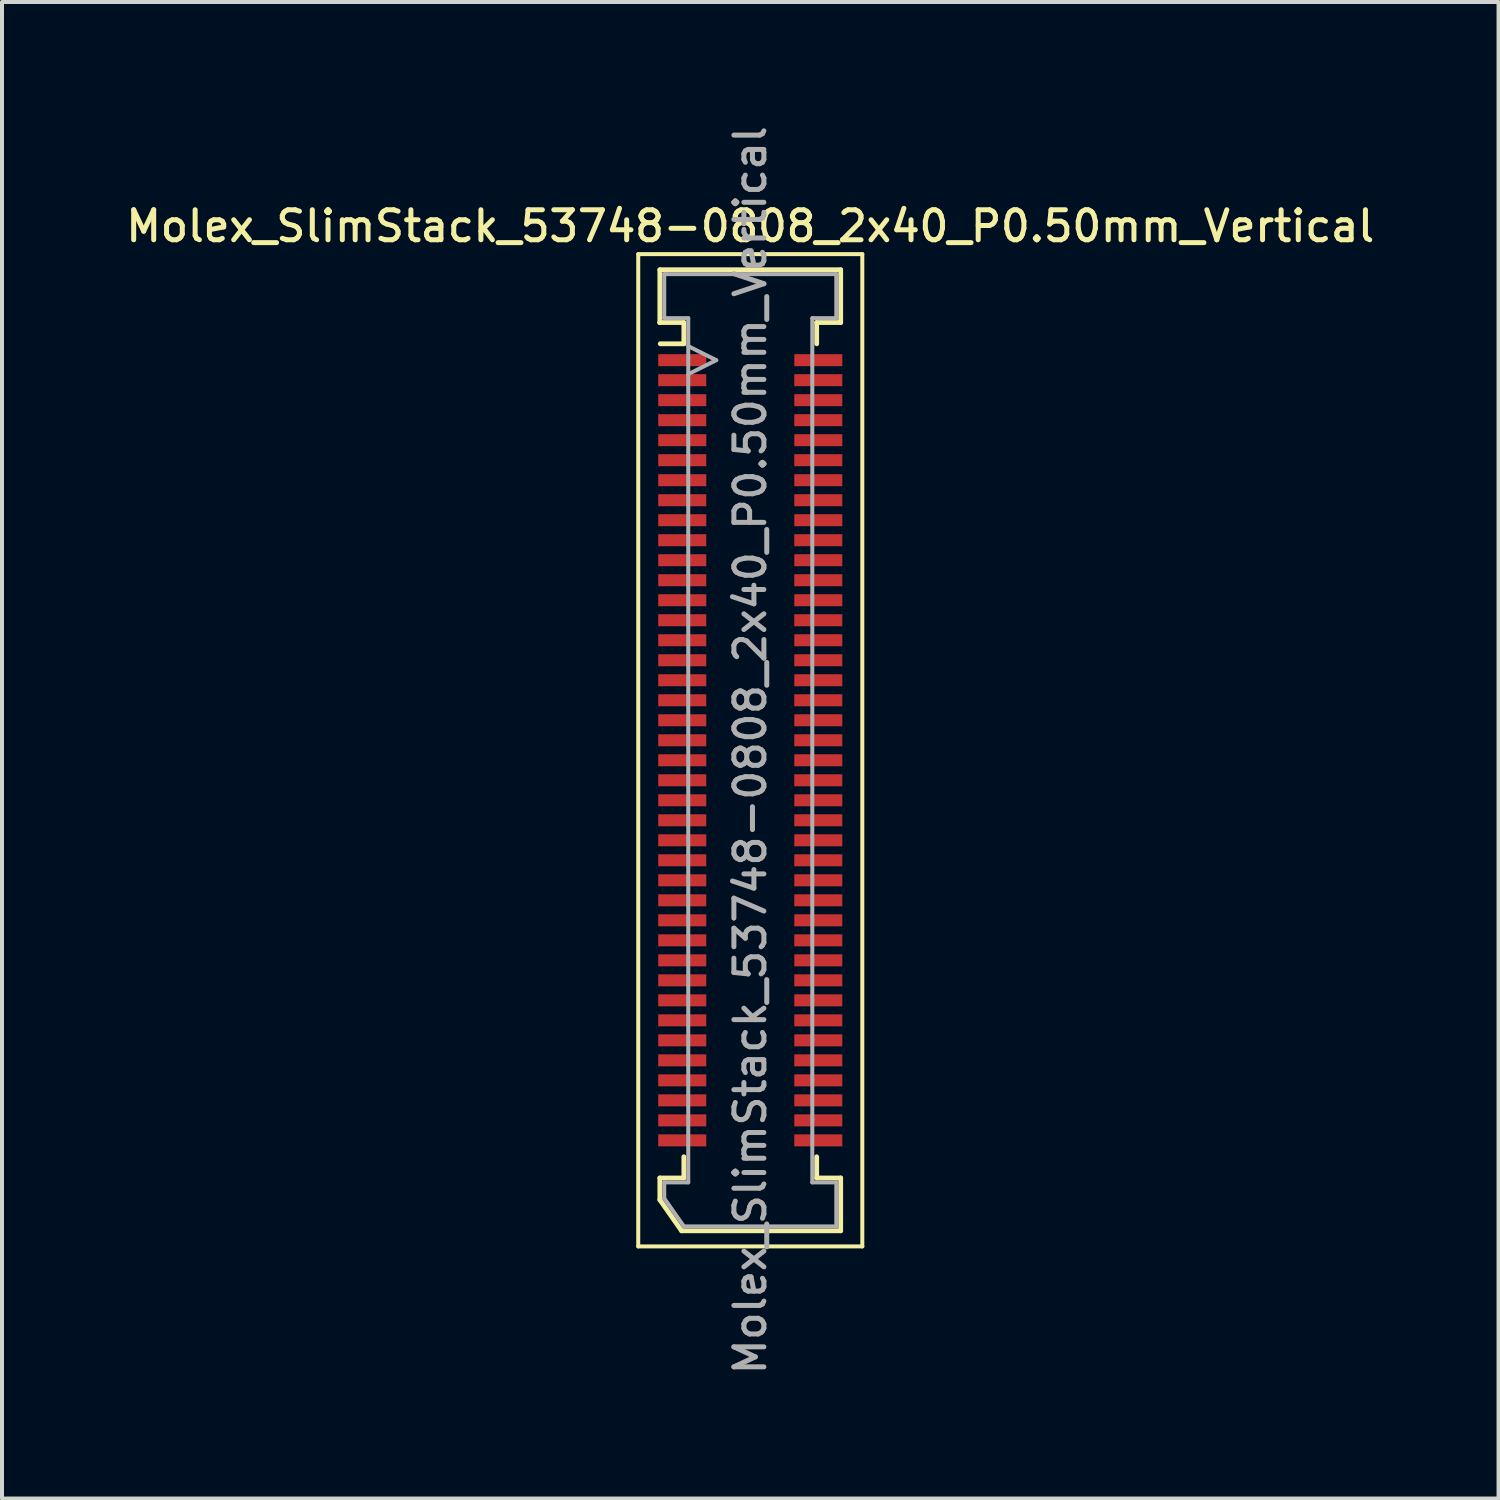
<source format=kicad_pcb>
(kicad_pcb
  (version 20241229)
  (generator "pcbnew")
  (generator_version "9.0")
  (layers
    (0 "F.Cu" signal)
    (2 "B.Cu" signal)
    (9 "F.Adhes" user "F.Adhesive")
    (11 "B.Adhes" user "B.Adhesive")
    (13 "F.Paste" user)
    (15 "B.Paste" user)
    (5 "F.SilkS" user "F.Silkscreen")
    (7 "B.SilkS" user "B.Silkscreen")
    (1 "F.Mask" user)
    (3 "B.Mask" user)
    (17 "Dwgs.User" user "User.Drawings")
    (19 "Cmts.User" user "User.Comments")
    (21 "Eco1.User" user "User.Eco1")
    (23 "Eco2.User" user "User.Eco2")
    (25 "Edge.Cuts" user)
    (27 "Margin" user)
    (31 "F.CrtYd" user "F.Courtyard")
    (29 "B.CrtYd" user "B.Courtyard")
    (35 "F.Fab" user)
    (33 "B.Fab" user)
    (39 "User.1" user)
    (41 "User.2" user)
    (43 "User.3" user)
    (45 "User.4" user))
  (footprint "Molex_SlimStack_53748-0808_2x40_P0.50mm_Vertical"
    (layer "F.Cu")
    (at 15.702 15.702)
    (property "Reference" "Molex_SlimStack_53748-0808_2x40_P0.50mm_Vertical" (at 0 -13.1 0) (layer "F.SilkS") (effects (font (size 0.75 0.75) (thickness 0.125))))
    (attr smd)
    (fp_line (start -2.8 -12.4) (end -2.8 12.4) (stroke (width 0.1) (type solid)) (layer "F.SilkS"))
    (fp_line (start -2.8 12.4) (end 2.8 12.4) (stroke (width 0.1) (type solid)) (layer "F.SilkS"))
    (fp_line (start -2.26 -12.01) (end -2.26 -10.69) (stroke (width 0.12) (type solid)) (layer "F.SilkS"))
    (fp_line (start -2.26 -10.69) (end -2.26 -10.69) (stroke (width 0.12) (type solid)) (layer "F.SilkS"))
    (fp_line (start -2.26 -10.69) (end -1.66 -10.69) (stroke (width 0.12) (type solid)) (layer "F.SilkS"))
    (fp_line (start -2.26 10.69) (end -1.66 10.69) (stroke (width 0.12) (type solid)) (layer "F.SilkS"))
    (fp_line (start -2.26 11.235) (end -2.26 10.69) (stroke (width 0.12) (type solid)) (layer "F.SilkS"))
    (fp_line (start -1.717 12.01) (end -2.26 11.235) (stroke (width 0.12) (type solid)) (layer "F.SilkS"))
    (fp_line (start -1.66 -10.69) (end -1.66 -10.16) (stroke (width 0.12) (type solid)) (layer "F.SilkS"))
    (fp_line (start -1.66 -10.16) (end -2.25 -10.16) (stroke (width 0.12) (type solid)) (layer "F.SilkS"))
    (fp_line (start -1.66 10.69) (end -1.66 10.16) (stroke (width 0.12) (type solid)) (layer "F.SilkS"))
    (fp_line (start 1.66 -10.69) (end 2.26 -10.69) (stroke (width 0.12) (type solid)) (layer "F.SilkS"))
    (fp_line (start 1.66 -10.16) (end 1.66 -10.69) (stroke (width 0.12) (type solid)) (layer "F.SilkS"))
    (fp_line (start 1.66 10.16) (end 1.66 10.69) (stroke (width 0.12) (type solid)) (layer "F.SilkS"))
    (fp_line (start 1.66 10.69) (end 2.26 10.69) (stroke (width 0.12) (type solid)) (layer "F.SilkS"))
    (fp_line (start 2.26 -12.01) (end -2.26 -12.01) (stroke (width 0.12) (type solid)) (layer "F.SilkS"))
    (fp_line (start 2.26 -10.69) (end 2.26 -12.01) (stroke (width 0.12) (type solid)) (layer "F.SilkS"))
    (fp_line (start 2.26 10.69) (end 2.26 12.01) (stroke (width 0.12) (type solid)) (layer "F.SilkS"))
    (fp_line (start 2.26 12.01) (end -1.717 12.01) (stroke (width 0.12) (type solid)) (layer "F.SilkS"))
    (fp_line (start 2.8 -12.4) (end -2.8 -12.4) (stroke (width 0.1) (type solid)) (layer "F.SilkS"))
    (fp_line (start 2.8 12.4) (end 2.8 -12.4) (stroke (width 0.1) (type solid)) (layer "F.SilkS"))
    (fp_line (start -2.15 -11.9) (end -2.15 -10.8) (stroke (width 0.1) (type solid)) (layer "F.Fab"))
    (fp_line (start -2.15 -10.8) (end -1.55 -10.8) (stroke (width 0.1) (type solid)) (layer "F.Fab"))
    (fp_line (start -2.15 10.8) (end -2.15 11.2) (stroke (width 0.1) (type solid)) (layer "F.Fab"))
    (fp_line (start -2.15 11.2) (end -1.66 11.9) (stroke (width 0.1) (type solid)) (layer "F.Fab"))
    (fp_line (start -1.66 11.9) (end 2.15 11.9) (stroke (width 0.1) (type solid)) (layer "F.Fab"))
    (fp_line (start -1.55 -10.8) (end -1.55 10.8) (stroke (width 0.1) (type solid)) (layer "F.Fab"))
    (fp_line (start -1.55 10.8) (end -2.15 10.8) (stroke (width 0.1) (type solid)) (layer "F.Fab"))
    (fp_line (start -0.85 -9.75) (end -1.55 -10.1) (stroke (width 0.1) (type solid)) (layer "F.Fab"))
    (fp_line (start -0.85 -9.75) (end -1.55 -9.4) (stroke (width 0.1) (type solid)) (layer "F.Fab"))
    (fp_line (start 1.55 -10.8) (end 2.15 -10.8) (stroke (width 0.1) (type solid)) (layer "F.Fab"))
    (fp_line (start 1.55 10.8) (end 1.55 -10.8) (stroke (width 0.1) (type solid)) (layer "F.Fab"))
    (fp_line (start 2.15 -11.9) (end -2.15 -11.9) (stroke (width 0.1) (type solid)) (layer "F.Fab"))
    (fp_line (start 2.15 -10.8) (end 2.15 -11.9) (stroke (width 0.1) (type solid)) (layer "F.Fab"))
    (fp_line (start 2.15 10.8) (end 1.55 10.8) (stroke (width 0.1) (type solid)) (layer "F.Fab"))
    (fp_line (start 2.15 11.9) (end 2.15 10.8) (stroke (width 0.1) (type solid)) (layer "F.Fab"))
    (fp_text user "${REFERENCE}" (at 0 0 90) (layer "F.Fab") (effects (font (size 0.75 0.75) (thickness 0.125))))
    (pad "1" smd rect (at -1.7 -9.75) (size 1.2 0.3) (layers "F.Cu" "F.Mask" "F.Paste"))
    (pad "2" smd rect (at 1.7 -9.75) (size 1.2 0.3) (layers "F.Cu" "F.Mask" "F.Paste"))
    (pad "3" smd rect (at -1.7 -9.25) (size 1.2 0.3) (layers "F.Cu" "F.Mask" "F.Paste"))
    (pad "4" smd rect (at 1.7 -9.25) (size 1.2 0.3) (layers "F.Cu" "F.Mask" "F.Paste"))
    (pad "5" smd rect (at -1.7 -8.75) (size 1.2 0.3) (layers "F.Cu" "F.Mask" "F.Paste"))
    (pad "6" smd rect (at 1.7 -8.75) (size 1.2 0.3) (layers "F.Cu" "F.Mask" "F.Paste"))
    (pad "7" smd rect (at -1.7 -8.25) (size 1.2 0.3) (layers "F.Cu" "F.Mask" "F.Paste"))
    (pad "8" smd rect (at 1.7 -8.25) (size 1.2 0.3) (layers "F.Cu" "F.Mask" "F.Paste"))
    (pad "9" smd rect (at -1.7 -7.75) (size 1.2 0.3) (layers "F.Cu" "F.Mask" "F.Paste"))
    (pad "10" smd rect (at 1.7 -7.75) (size 1.2 0.3) (layers "F.Cu" "F.Mask" "F.Paste"))
    (pad "11" smd rect (at -1.7 -7.25) (size 1.2 0.3) (layers "F.Cu" "F.Mask" "F.Paste"))
    (pad "12" smd rect (at 1.7 -7.25) (size 1.2 0.3) (layers "F.Cu" "F.Mask" "F.Paste"))
    (pad "13" smd rect (at -1.7 -6.75) (size 1.2 0.3) (layers "F.Cu" "F.Mask" "F.Paste"))
    (pad "14" smd rect (at 1.7 -6.75) (size 1.2 0.3) (layers "F.Cu" "F.Mask" "F.Paste"))
    (pad "15" smd rect (at -1.7 -6.25) (size 1.2 0.3) (layers "F.Cu" "F.Mask" "F.Paste"))
    (pad "16" smd rect (at 1.7 -6.25) (size 1.2 0.3) (layers "F.Cu" "F.Mask" "F.Paste"))
    (pad "17" smd rect (at -1.7 -5.75) (size 1.2 0.3) (layers "F.Cu" "F.Mask" "F.Paste"))
    (pad "18" smd rect (at 1.7 -5.75) (size 1.2 0.3) (layers "F.Cu" "F.Mask" "F.Paste"))
    (pad "19" smd rect (at -1.7 -5.25) (size 1.2 0.3) (layers "F.Cu" "F.Mask" "F.Paste"))
    (pad "20" smd rect (at 1.7 -5.25) (size 1.2 0.3) (layers "F.Cu" "F.Mask" "F.Paste"))
    (pad "21" smd rect (at -1.7 -4.75) (size 1.2 0.3) (layers "F.Cu" "F.Mask" "F.Paste"))
    (pad "22" smd rect (at 1.7 -4.75) (size 1.2 0.3) (layers "F.Cu" "F.Mask" "F.Paste"))
    (pad "23" smd rect (at -1.7 -4.25) (size 1.2 0.3) (layers "F.Cu" "F.Mask" "F.Paste"))
    (pad "24" smd rect (at 1.7 -4.25) (size 1.2 0.3) (layers "F.Cu" "F.Mask" "F.Paste"))
    (pad "25" smd rect (at -1.7 -3.75) (size 1.2 0.3) (layers "F.Cu" "F.Mask" "F.Paste"))
    (pad "26" smd rect (at 1.7 -3.75) (size 1.2 0.3) (layers "F.Cu" "F.Mask" "F.Paste"))
    (pad "27" smd rect (at -1.7 -3.25) (size 1.2 0.3) (layers "F.Cu" "F.Mask" "F.Paste"))
    (pad "28" smd rect (at 1.7 -3.25) (size 1.2 0.3) (layers "F.Cu" "F.Mask" "F.Paste"))
    (pad "29" smd rect (at -1.7 -2.75) (size 1.2 0.3) (layers "F.Cu" "F.Mask" "F.Paste"))
    (pad "30" smd rect (at 1.7 -2.75) (size 1.2 0.3) (layers "F.Cu" "F.Mask" "F.Paste"))
    (pad "31" smd rect (at -1.7 -2.25) (size 1.2 0.3) (layers "F.Cu" "F.Mask" "F.Paste"))
    (pad "32" smd rect (at 1.7 -2.25) (size 1.2 0.3) (layers "F.Cu" "F.Mask" "F.Paste"))
    (pad "33" smd rect (at -1.7 -1.75) (size 1.2 0.3) (layers "F.Cu" "F.Mask" "F.Paste"))
    (pad "34" smd rect (at 1.7 -1.75) (size 1.2 0.3) (layers "F.Cu" "F.Mask" "F.Paste"))
    (pad "35" smd rect (at -1.7 -1.25) (size 1.2 0.3) (layers "F.Cu" "F.Mask" "F.Paste"))
    (pad "36" smd rect (at 1.7 -1.25) (size 1.2 0.3) (layers "F.Cu" "F.Mask" "F.Paste"))
    (pad "37" smd rect (at -1.7 -0.75) (size 1.2 0.3) (layers "F.Cu" "F.Mask" "F.Paste"))
    (pad "38" smd rect (at 1.7 -0.75) (size 1.2 0.3) (layers "F.Cu" "F.Mask" "F.Paste"))
    (pad "39" smd rect (at -1.7 -0.25) (size 1.2 0.3) (layers "F.Cu" "F.Mask" "F.Paste"))
    (pad "40" smd rect (at 1.7 -0.25) (size 1.2 0.3) (layers "F.Cu" "F.Mask" "F.Paste"))
    (pad "41" smd rect (at -1.7 0.25) (size 1.2 0.3) (layers "F.Cu" "F.Mask" "F.Paste"))
    (pad "42" smd rect (at 1.7 0.25) (size 1.2 0.3) (layers "F.Cu" "F.Mask" "F.Paste"))
    (pad "43" smd rect (at -1.7 0.75) (size 1.2 0.3) (layers "F.Cu" "F.Mask" "F.Paste"))
    (pad "44" smd rect (at 1.7 0.75) (size 1.2 0.3) (layers "F.Cu" "F.Mask" "F.Paste"))
    (pad "45" smd rect (at -1.7 1.25) (size 1.2 0.3) (layers "F.Cu" "F.Mask" "F.Paste"))
    (pad "46" smd rect (at 1.7 1.25) (size 1.2 0.3) (layers "F.Cu" "F.Mask" "F.Paste"))
    (pad "47" smd rect (at -1.7 1.75) (size 1.2 0.3) (layers "F.Cu" "F.Mask" "F.Paste"))
    (pad "48" smd rect (at 1.7 1.75) (size 1.2 0.3) (layers "F.Cu" "F.Mask" "F.Paste"))
    (pad "49" smd rect (at -1.7 2.25) (size 1.2 0.3) (layers "F.Cu" "F.Mask" "F.Paste"))
    (pad "50" smd rect (at 1.7 2.25) (size 1.2 0.3) (layers "F.Cu" "F.Mask" "F.Paste"))
    (pad "51" smd rect (at -1.7 2.75) (size 1.2 0.3) (layers "F.Cu" "F.Mask" "F.Paste"))
    (pad "52" smd rect (at 1.7 2.75) (size 1.2 0.3) (layers "F.Cu" "F.Mask" "F.Paste"))
    (pad "53" smd rect (at -1.7 3.25) (size 1.2 0.3) (layers "F.Cu" "F.Mask" "F.Paste"))
    (pad "54" smd rect (at 1.7 3.25) (size 1.2 0.3) (layers "F.Cu" "F.Mask" "F.Paste"))
    (pad "55" smd rect (at -1.7 3.75) (size 1.2 0.3) (layers "F.Cu" "F.Mask" "F.Paste"))
    (pad "56" smd rect (at 1.7 3.75) (size 1.2 0.3) (layers "F.Cu" "F.Mask" "F.Paste"))
    (pad "57" smd rect (at -1.7 4.25) (size 1.2 0.3) (layers "F.Cu" "F.Mask" "F.Paste"))
    (pad "58" smd rect (at 1.7 4.25) (size 1.2 0.3) (layers "F.Cu" "F.Mask" "F.Paste"))
    (pad "59" smd rect (at -1.7 4.75) (size 1.2 0.3) (layers "F.Cu" "F.Mask" "F.Paste"))
    (pad "60" smd rect (at 1.7 4.75) (size 1.2 0.3) (layers "F.Cu" "F.Mask" "F.Paste"))
    (pad "61" smd rect (at -1.7 5.25) (size 1.2 0.3) (layers "F.Cu" "F.Mask" "F.Paste"))
    (pad "62" smd rect (at 1.7 5.25) (size 1.2 0.3) (layers "F.Cu" "F.Mask" "F.Paste"))
    (pad "63" smd rect (at -1.7 5.75) (size 1.2 0.3) (layers "F.Cu" "F.Mask" "F.Paste"))
    (pad "64" smd rect (at 1.7 5.75) (size 1.2 0.3) (layers "F.Cu" "F.Mask" "F.Paste"))
    (pad "65" smd rect (at -1.7 6.25) (size 1.2 0.3) (layers "F.Cu" "F.Mask" "F.Paste"))
    (pad "66" smd rect (at 1.7 6.25) (size 1.2 0.3) (layers "F.Cu" "F.Mask" "F.Paste"))
    (pad "67" smd rect (at -1.7 6.75) (size 1.2 0.3) (layers "F.Cu" "F.Mask" "F.Paste"))
    (pad "68" smd rect (at 1.7 6.75) (size 1.2 0.3) (layers "F.Cu" "F.Mask" "F.Paste"))
    (pad "69" smd rect (at -1.7 7.25) (size 1.2 0.3) (layers "F.Cu" "F.Mask" "F.Paste"))
    (pad "70" smd rect (at 1.7 7.25) (size 1.2 0.3) (layers "F.Cu" "F.Mask" "F.Paste"))
    (pad "71" smd rect (at -1.7 7.75) (size 1.2 0.3) (layers "F.Cu" "F.Mask" "F.Paste"))
    (pad "72" smd rect (at 1.7 7.75) (size 1.2 0.3) (layers "F.Cu" "F.Mask" "F.Paste"))
    (pad "73" smd rect (at -1.7 8.25) (size 1.2 0.3) (layers "F.Cu" "F.Mask" "F.Paste"))
    (pad "74" smd rect (at 1.7 8.25) (size 1.2 0.3) (layers "F.Cu" "F.Mask" "F.Paste"))
    (pad "75" smd rect (at -1.7 8.75) (size 1.2 0.3) (layers "F.Cu" "F.Mask" "F.Paste"))
    (pad "76" smd rect (at 1.7 8.75) (size 1.2 0.3) (layers "F.Cu" "F.Mask" "F.Paste"))
    (pad "77" smd rect (at -1.7 9.25) (size 1.2 0.3) (layers "F.Cu" "F.Mask" "F.Paste"))
    (pad "78" smd rect (at 1.7 9.25) (size 1.2 0.3) (layers "F.Cu" "F.Mask" "F.Paste"))
    (pad "79" smd rect (at -1.7 9.75) (size 1.2 0.3) (layers "F.Cu" "F.Mask" "F.Paste"))
    (pad "80" smd rect (at 1.7 9.75) (size 1.2 0.3) (layers "F.Cu" "F.Mask" "F.Paste")))
  (gr_rect
    (start -3 -3)
    (end 34.404 34.404)
    (stroke (width 0.1) (type default))
    (fill no)
    (layer "Edge.Cuts")))
</source>
